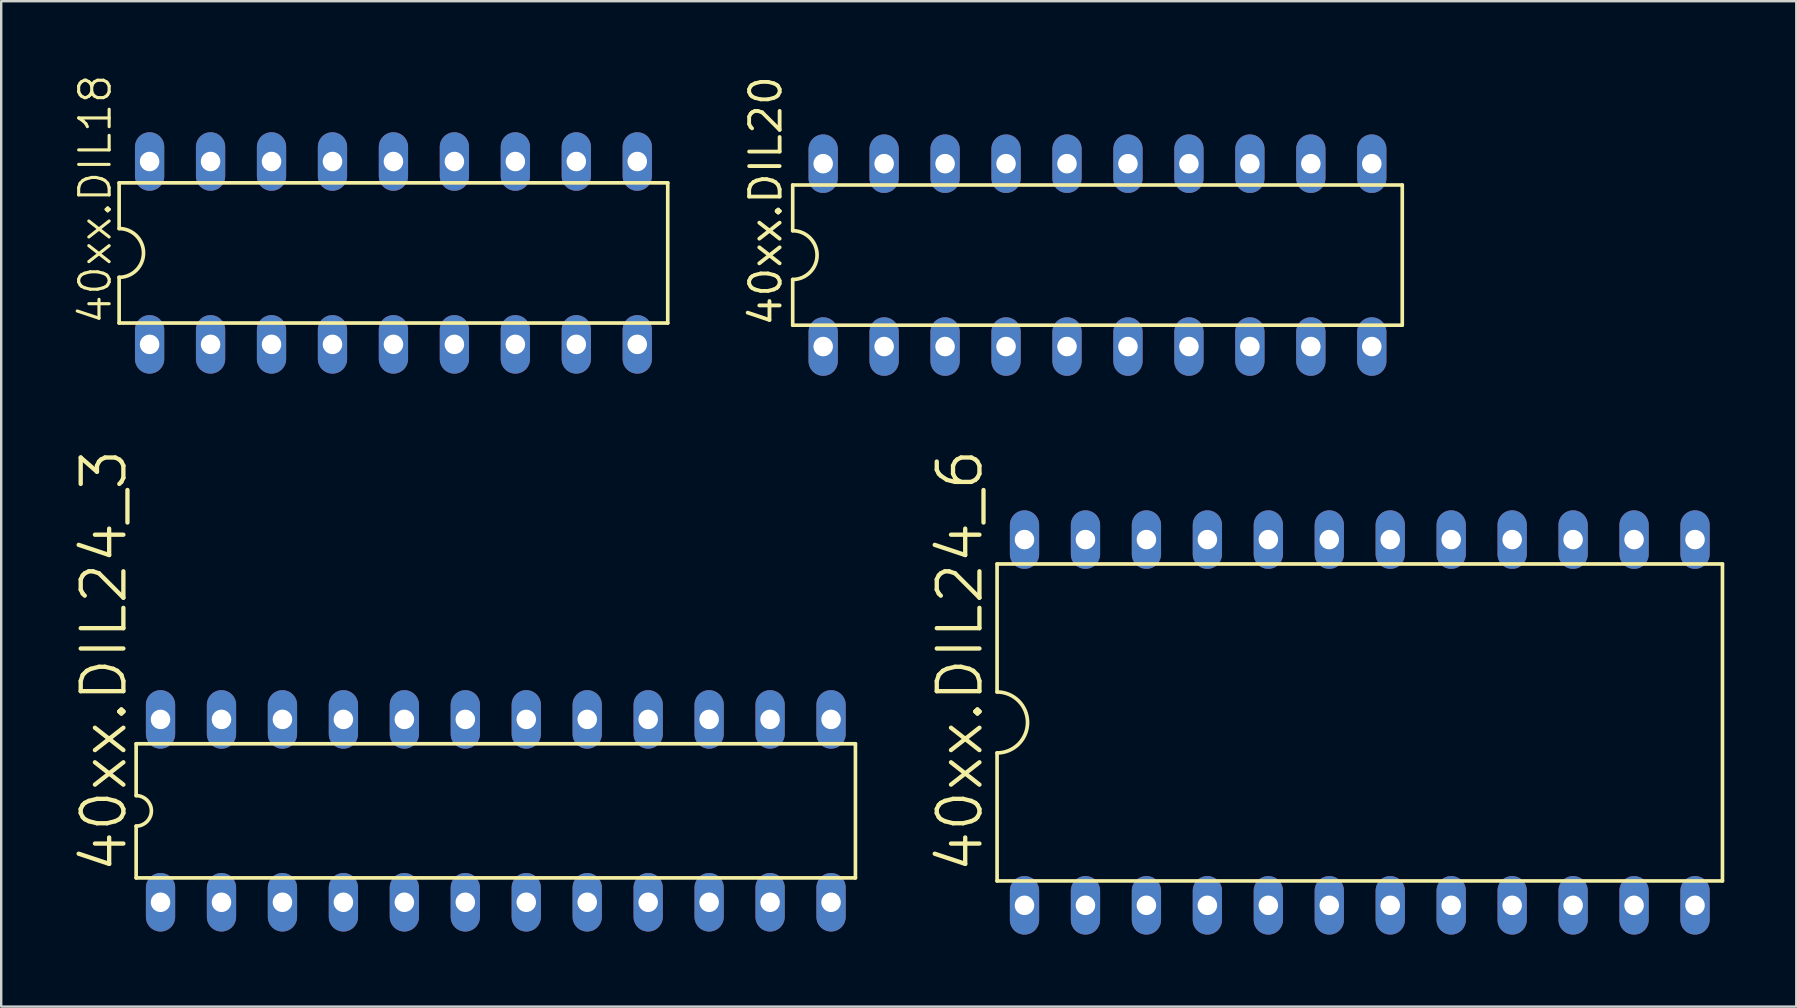
<source format=kicad_pcb>
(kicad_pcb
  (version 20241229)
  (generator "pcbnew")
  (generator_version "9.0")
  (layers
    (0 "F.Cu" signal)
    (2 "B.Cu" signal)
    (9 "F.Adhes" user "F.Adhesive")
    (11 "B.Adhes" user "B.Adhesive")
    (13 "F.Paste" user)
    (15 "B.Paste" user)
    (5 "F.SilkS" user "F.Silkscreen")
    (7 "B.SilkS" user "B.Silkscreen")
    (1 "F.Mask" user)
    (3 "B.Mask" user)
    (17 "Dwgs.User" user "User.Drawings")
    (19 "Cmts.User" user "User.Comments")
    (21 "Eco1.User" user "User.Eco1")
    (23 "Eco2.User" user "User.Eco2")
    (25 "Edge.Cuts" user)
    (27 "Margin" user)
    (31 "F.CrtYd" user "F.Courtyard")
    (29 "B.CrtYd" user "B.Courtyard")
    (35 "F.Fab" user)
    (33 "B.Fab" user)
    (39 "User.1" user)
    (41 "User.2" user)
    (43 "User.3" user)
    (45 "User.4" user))
  (footprint "40xx.DIL20"
    (layer "F.Cu")
    (at 42.681 7.58)
    (property "Reference" "40xx.DIL20" (at -13.081 3.048 90) (layer "F.SilkS") (effects (font (size 1.27 1.27) (thickness 0.16)) (justify left bottom)))
    (attr through_hole)
    (fp_line (start -12.7 -2.921) (end -12.7 -1.016) (stroke (width 0.152) (type default)) (layer "F.SilkS"))
    (fp_line (start -12.7 2.921) (end -12.7 1.016) (stroke (width 0.152) (type default)) (layer "F.SilkS"))
    (fp_line (start -12.7 2.921) (end 12.7 2.921) (stroke (width 0.152) (type default)) (layer "F.SilkS"))
    (fp_line (start 12.7 -2.921) (end -12.7 -2.921) (stroke (width 0.152) (type default)) (layer "F.SilkS"))
    (fp_line (start 12.7 -2.921) (end 12.7 2.921) (stroke (width 0.152) (type default)) (layer "F.SilkS"))
    (fp_arc (start -12.7 -1.016) (mid -11.684 0) (end -12.7 1.016) (stroke (width 0.1524) (type default)) (layer "F.SilkS"))
    (pad "1" thru_hole oval (at -11.43 3.81 90) (size 2.438 1.219) (drill 0.813) (layers "*.Cu" "*.Mask"))
    (pad "2" thru_hole oval (at -8.89 3.81 90) (size 2.438 1.219) (drill 0.813) (layers "*.Cu" "*.Mask"))
    (pad "3" thru_hole oval (at -6.35 3.81 90) (size 2.438 1.219) (drill 0.813) (layers "*.Cu" "*.Mask"))
    (pad "4" thru_hole oval (at -3.81 3.81 90) (size 2.438 1.219) (drill 0.813) (layers "*.Cu" "*.Mask"))
    (pad "5" thru_hole oval (at -1.27 3.81 90) (size 2.438 1.219) (drill 0.813) (layers "*.Cu" "*.Mask"))
    (pad "6" thru_hole oval (at 1.27 3.81 90) (size 2.438 1.219) (drill 0.813) (layers "*.Cu" "*.Mask"))
    (pad "7" thru_hole oval (at 3.81 3.81 90) (size 2.438 1.219) (drill 0.813) (layers "*.Cu" "*.Mask"))
    (pad "8" thru_hole oval (at 6.35 3.81 90) (size 2.438 1.219) (drill 0.813) (layers "*.Cu" "*.Mask"))
    (pad "9" thru_hole oval (at 8.89 3.81 90) (size 2.438 1.219) (drill 0.813) (layers "*.Cu" "*.Mask"))
    (pad "10" thru_hole oval (at 11.43 3.81 90) (size 2.438 1.219) (drill 0.813) (layers "*.Cu" "*.Mask"))
    (pad "11" thru_hole oval (at 11.43 -3.81 90) (size 2.438 1.219) (drill 0.813) (layers "*.Cu" "*.Mask"))
    (pad "12" thru_hole oval (at 8.89 -3.81 90) (size 2.438 1.219) (drill 0.813) (layers "*.Cu" "*.Mask"))
    (pad "13" thru_hole oval (at 6.35 -3.81 90) (size 2.438 1.219) (drill 0.813) (layers "*.Cu" "*.Mask"))
    (pad "14" thru_hole oval (at 3.81 -3.81 90) (size 2.438 1.219) (drill 0.813) (layers "*.Cu" "*.Mask"))
    (pad "15" thru_hole oval (at 1.27 -3.81 90) (size 2.438 1.219) (drill 0.813) (layers "*.Cu" "*.Mask"))
    (pad "16" thru_hole oval (at -1.27 -3.81 90) (size 2.438 1.219) (drill 0.813) (layers "*.Cu" "*.Mask"))
    (pad "17" thru_hole oval (at -3.81 -3.81 90) (size 2.438 1.219) (drill 0.813) (layers "*.Cu" "*.Mask"))
    (pad "18" thru_hole oval (at -6.35 -3.81 90) (size 2.438 1.219) (drill 0.813) (layers "*.Cu" "*.Mask"))
    (pad "19" thru_hole oval (at -8.89 -3.81 90) (size 2.438 1.219) (drill 0.813) (layers "*.Cu" "*.Mask"))
    (pad "20" thru_hole oval (at -11.43 -3.81 90) (size 2.438 1.219) (drill 0.813) (layers "*.Cu" "*.Mask")))
  (footprint "40xx.DIL24_3"
    (layer "F.Cu")
    (at 17.609 30.737)
    (property "Reference" "40xx.DIL24_3" (at -15.291 2.667 90) (layer "F.SilkS") (effects (font (size 1.778 1.778) (thickness 0.18)) (justify left bottom)))
    (attr through_hole)
    (fp_line (start -14.986 -2.794) (end -14.986 -0.635) (stroke (width 0.152) (type default)) (layer "F.SilkS"))
    (fp_line (start -14.986 -2.794) (end 14.986 -2.794) (stroke (width 0.152) (type default)) (layer "F.SilkS"))
    (fp_line (start -14.986 0.635) (end -14.986 2.794) (stroke (width 0.152) (type default)) (layer "F.SilkS"))
    (fp_line (start -14.986 2.794) (end 14.986 2.794) (stroke (width 0.152) (type default)) (layer "F.SilkS"))
    (fp_line (start 14.986 2.794) (end 14.986 -2.794) (stroke (width 0.152) (type default)) (layer "F.SilkS"))
    (fp_arc (start -14.986 -0.635) (mid -14.351 0) (end -14.986 0.635) (stroke (width 0.1524) (type default)) (layer "F.SilkS"))
    (pad "1" thru_hole oval (at -13.97 3.81 90) (size 2.438 1.219) (drill 0.813) (layers "*.Cu" "*.Mask"))
    (pad "2" thru_hole oval (at -11.43 3.81 90) (size 2.438 1.219) (drill 0.813) (layers "*.Cu" "*.Mask"))
    (pad "3" thru_hole oval (at -8.89 3.81 90) (size 2.438 1.219) (drill 0.813) (layers "*.Cu" "*.Mask"))
    (pad "4" thru_hole oval (at -6.35 3.81 90) (size 2.438 1.219) (drill 0.813) (layers "*.Cu" "*.Mask"))
    (pad "5" thru_hole oval (at -3.81 3.81 90) (size 2.438 1.219) (drill 0.813) (layers "*.Cu" "*.Mask"))
    (pad "6" thru_hole oval (at -1.27 3.81 90) (size 2.438 1.219) (drill 0.813) (layers "*.Cu" "*.Mask"))
    (pad "7" thru_hole oval (at 1.27 3.81 90) (size 2.438 1.219) (drill 0.813) (layers "*.Cu" "*.Mask"))
    (pad "8" thru_hole oval (at 3.81 3.81 90) (size 2.438 1.219) (drill 0.813) (layers "*.Cu" "*.Mask"))
    (pad "9" thru_hole oval (at 6.35 3.81 90) (size 2.438 1.219) (drill 0.813) (layers "*.Cu" "*.Mask"))
    (pad "10" thru_hole oval (at 8.89 3.81 90) (size 2.438 1.219) (drill 0.813) (layers "*.Cu" "*.Mask"))
    (pad "11" thru_hole oval (at 11.43 3.81 90) (size 2.438 1.219) (drill 0.813) (layers "*.Cu" "*.Mask"))
    (pad "12" thru_hole oval (at 13.97 3.81 90) (size 2.438 1.219) (drill 0.813) (layers "*.Cu" "*.Mask"))
    (pad "13" thru_hole oval (at 13.97 -3.81 90) (size 2.438 1.219) (drill 0.813) (layers "*.Cu" "*.Mask"))
    (pad "14" thru_hole oval (at 11.43 -3.81 90) (size 2.438 1.219) (drill 0.813) (layers "*.Cu" "*.Mask"))
    (pad "15" thru_hole oval (at 8.89 -3.81 90) (size 2.438 1.219) (drill 0.813) (layers "*.Cu" "*.Mask"))
    (pad "16" thru_hole oval (at 6.35 -3.81 90) (size 2.438 1.219) (drill 0.813) (layers "*.Cu" "*.Mask"))
    (pad "17" thru_hole oval (at 3.81 -3.81 90) (size 2.438 1.219) (drill 0.813) (layers "*.Cu" "*.Mask"))
    (pad "18" thru_hole oval (at 1.27 -3.81 90) (size 2.438 1.219) (drill 0.813) (layers "*.Cu" "*.Mask"))
    (pad "19" thru_hole oval (at -1.27 -3.81 90) (size 2.438 1.219) (drill 0.813) (layers "*.Cu" "*.Mask"))
    (pad "20" thru_hole oval (at -3.81 -3.81 90) (size 2.438 1.219) (drill 0.813) (layers "*.Cu" "*.Mask"))
    (pad "21" thru_hole oval (at -6.35 -3.81 90) (size 2.438 1.219) (drill 0.813) (layers "*.Cu" "*.Mask"))
    (pad "22" thru_hole oval (at -8.89 -3.81 90) (size 2.438 1.219) (drill 0.813) (layers "*.Cu" "*.Mask"))
    (pad "23" thru_hole oval (at -11.43 -3.81 90) (size 2.438 1.219) (drill 0.813) (layers "*.Cu" "*.Mask"))
    (pad "24" thru_hole oval (at -13.97 -3.81 90) (size 2.438 1.219) (drill 0.813) (layers "*.Cu" "*.Mask")))
  (footprint "40xx.DIL24_6"
    (layer "F.Cu")
    (at 53.61 27.054)
    (property "Reference" "40xx.DIL24_6" (at -15.621 6.35 90) (layer "F.SilkS") (effects (font (size 1.778 1.778) (thickness 0.18)) (justify left bottom)))
    (attr through_hole)
    (fp_line (start -15.113 -6.604) (end -15.113 -1.27) (stroke (width 0.152) (type default)) (layer "F.SilkS"))
    (fp_line (start -15.113 -6.604) (end 15.113 -6.604) (stroke (width 0.152) (type default)) (layer "F.SilkS"))
    (fp_line (start -15.113 1.27) (end -15.113 6.604) (stroke (width 0.152) (type default)) (layer "F.SilkS"))
    (fp_line (start -15.113 6.604) (end 15.113 6.604) (stroke (width 0.152) (type default)) (layer "F.SilkS"))
    (fp_line (start 15.113 6.604) (end 15.113 -6.604) (stroke (width 0.152) (type default)) (layer "F.SilkS"))
    (fp_arc (start -15.113 -1.27) (mid -13.843 0) (end -15.113 1.27) (stroke (width 0.1524) (type default)) (layer "F.SilkS"))
    (pad "1" thru_hole oval (at -13.97 7.62 90) (size 2.438 1.219) (drill 0.813) (layers "*.Cu" "*.Mask"))
    (pad "2" thru_hole oval (at -11.43 7.62 90) (size 2.438 1.219) (drill 0.813) (layers "*.Cu" "*.Mask"))
    (pad "3" thru_hole oval (at -8.89 7.62 90) (size 2.438 1.219) (drill 0.813) (layers "*.Cu" "*.Mask"))
    (pad "4" thru_hole oval (at -6.35 7.62 90) (size 2.438 1.219) (drill 0.813) (layers "*.Cu" "*.Mask"))
    (pad "5" thru_hole oval (at -3.81 7.62 90) (size 2.438 1.219) (drill 0.813) (layers "*.Cu" "*.Mask"))
    (pad "6" thru_hole oval (at -1.27 7.62 90) (size 2.438 1.219) (drill 0.813) (layers "*.Cu" "*.Mask"))
    (pad "7" thru_hole oval (at 1.27 7.62 90) (size 2.438 1.219) (drill 0.813) (layers "*.Cu" "*.Mask"))
    (pad "8" thru_hole oval (at 3.81 7.62 90) (size 2.438 1.219) (drill 0.813) (layers "*.Cu" "*.Mask"))
    (pad "9" thru_hole oval (at 6.35 7.62 90) (size 2.438 1.219) (drill 0.813) (layers "*.Cu" "*.Mask"))
    (pad "10" thru_hole oval (at 8.89 7.62 90) (size 2.438 1.219) (drill 0.813) (layers "*.Cu" "*.Mask"))
    (pad "11" thru_hole oval (at 11.43 7.62 90) (size 2.438 1.219) (drill 0.813) (layers "*.Cu" "*.Mask"))
    (pad "12" thru_hole oval (at 13.97 7.62 90) (size 2.438 1.219) (drill 0.813) (layers "*.Cu" "*.Mask"))
    (pad "13" thru_hole oval (at 13.97 -7.62 90) (size 2.438 1.219) (drill 0.813) (layers "*.Cu" "*.Mask"))
    (pad "14" thru_hole oval (at 11.43 -7.62 90) (size 2.438 1.219) (drill 0.813) (layers "*.Cu" "*.Mask"))
    (pad "15" thru_hole oval (at 8.89 -7.62 90) (size 2.438 1.219) (drill 0.813) (layers "*.Cu" "*.Mask"))
    (pad "16" thru_hole oval (at 6.35 -7.62 90) (size 2.438 1.219) (drill 0.813) (layers "*.Cu" "*.Mask"))
    (pad "17" thru_hole oval (at 3.81 -7.62 90) (size 2.438 1.219) (drill 0.813) (layers "*.Cu" "*.Mask"))
    (pad "18" thru_hole oval (at 1.27 -7.62 90) (size 2.438 1.219) (drill 0.813) (layers "*.Cu" "*.Mask"))
    (pad "19" thru_hole oval (at -1.27 -7.62 90) (size 2.438 1.219) (drill 0.813) (layers "*.Cu" "*.Mask"))
    (pad "20" thru_hole oval (at -3.81 -7.62 90) (size 2.438 1.219) (drill 0.813) (layers "*.Cu" "*.Mask"))
    (pad "21" thru_hole oval (at -6.35 -7.62 90) (size 2.438 1.219) (drill 0.813) (layers "*.Cu" "*.Mask"))
    (pad "22" thru_hole oval (at -8.89 -7.62 90) (size 2.438 1.219) (drill 0.813) (layers "*.Cu" "*.Mask"))
    (pad "23" thru_hole oval (at -11.43 -7.62 90) (size 2.438 1.219) (drill 0.813) (layers "*.Cu" "*.Mask"))
    (pad "24" thru_hole oval (at -13.97 -7.62 90) (size 2.438 1.219) (drill 0.813) (layers "*.Cu" "*.Mask")))
  (footprint "40xx.DIL18"
    (layer "F.Cu")
    (at 13.344 7.49)
    (property "Reference" "40xx.DIL18" (at -11.684 3.048 90) (layer "F.SilkS") (effects (font (size 1.27 1.27) (thickness 0.13)) (justify left bottom)))
    (attr through_hole)
    (fp_line (start -11.43 -2.921) (end -11.43 -1.016) (stroke (width 0.152) (type default)) (layer "F.SilkS"))
    (fp_line (start -11.43 2.921) (end -11.43 1.016) (stroke (width 0.152) (type default)) (layer "F.SilkS"))
    (fp_line (start -11.43 2.921) (end 11.43 2.921) (stroke (width 0.152) (type default)) (layer "F.SilkS"))
    (fp_line (start 11.43 -2.921) (end -11.43 -2.921) (stroke (width 0.152) (type default)) (layer "F.SilkS"))
    (fp_line (start 11.43 -2.921) (end 11.43 2.921) (stroke (width 0.152) (type default)) (layer "F.SilkS"))
    (fp_arc (start -11.43 -1.016) (mid -10.414 0) (end -11.43 1.016) (stroke (width 0.1524) (type default)) (layer "F.SilkS"))
    (pad "1" thru_hole oval (at -10.16 3.81 90) (size 2.438 1.219) (drill 0.813) (layers "*.Cu" "*.Mask"))
    (pad "2" thru_hole oval (at -7.62 3.81 90) (size 2.438 1.219) (drill 0.813) (layers "*.Cu" "*.Mask"))
    (pad "3" thru_hole oval (at -5.08 3.81 90) (size 2.438 1.219) (drill 0.813) (layers "*.Cu" "*.Mask"))
    (pad "4" thru_hole oval (at -2.54 3.81 90) (size 2.438 1.219) (drill 0.813) (layers "*.Cu" "*.Mask"))
    (pad "5" thru_hole oval (at 0 3.81 90) (size 2.438 1.219) (drill 0.813) (layers "*.Cu" "*.Mask"))
    (pad "6" thru_hole oval (at 2.54 3.81 90) (size 2.438 1.219) (drill 0.813) (layers "*.Cu" "*.Mask"))
    (pad "7" thru_hole oval (at 5.08 3.81 90) (size 2.438 1.219) (drill 0.813) (layers "*.Cu" "*.Mask"))
    (pad "8" thru_hole oval (at 7.62 3.81 90) (size 2.438 1.219) (drill 0.813) (layers "*.Cu" "*.Mask"))
    (pad "9" thru_hole oval (at 10.16 3.81 90) (size 2.438 1.219) (drill 0.813) (layers "*.Cu" "*.Mask"))
    (pad "10" thru_hole oval (at 10.16 -3.81 90) (size 2.438 1.219) (drill 0.813) (layers "*.Cu" "*.Mask"))
    (pad "11" thru_hole oval (at 7.62 -3.81 90) (size 2.438 1.219) (drill 0.813) (layers "*.Cu" "*.Mask"))
    (pad "12" thru_hole oval (at 5.08 -3.81 90) (size 2.438 1.219) (drill 0.813) (layers "*.Cu" "*.Mask"))
    (pad "13" thru_hole oval (at 2.54 -3.81 90) (size 2.438 1.219) (drill 0.813) (layers "*.Cu" "*.Mask"))
    (pad "14" thru_hole oval (at 0 -3.81 90) (size 2.438 1.219) (drill 0.813) (layers "*.Cu" "*.Mask"))
    (pad "15" thru_hole oval (at -2.54 -3.81 90) (size 2.438 1.219) (drill 0.813) (layers "*.Cu" "*.Mask"))
    (pad "16" thru_hole oval (at -5.08 -3.81 90) (size 2.438 1.219) (drill 0.813) (layers "*.Cu" "*.Mask"))
    (pad "17" thru_hole oval (at -7.62 -3.81 90) (size 2.438 1.219) (drill 0.813) (layers "*.Cu" "*.Mask"))
    (pad "18" thru_hole oval (at -10.16 -3.81 90) (size 2.438 1.219) (drill 0.813) (layers "*.Cu" "*.Mask")))
  (gr_rect
    (start -3 -3)
    (end 71.799 38.893)
    (stroke (width 0.1) (type default))
    (fill no)
    (layer "Edge.Cuts")))
</source>
